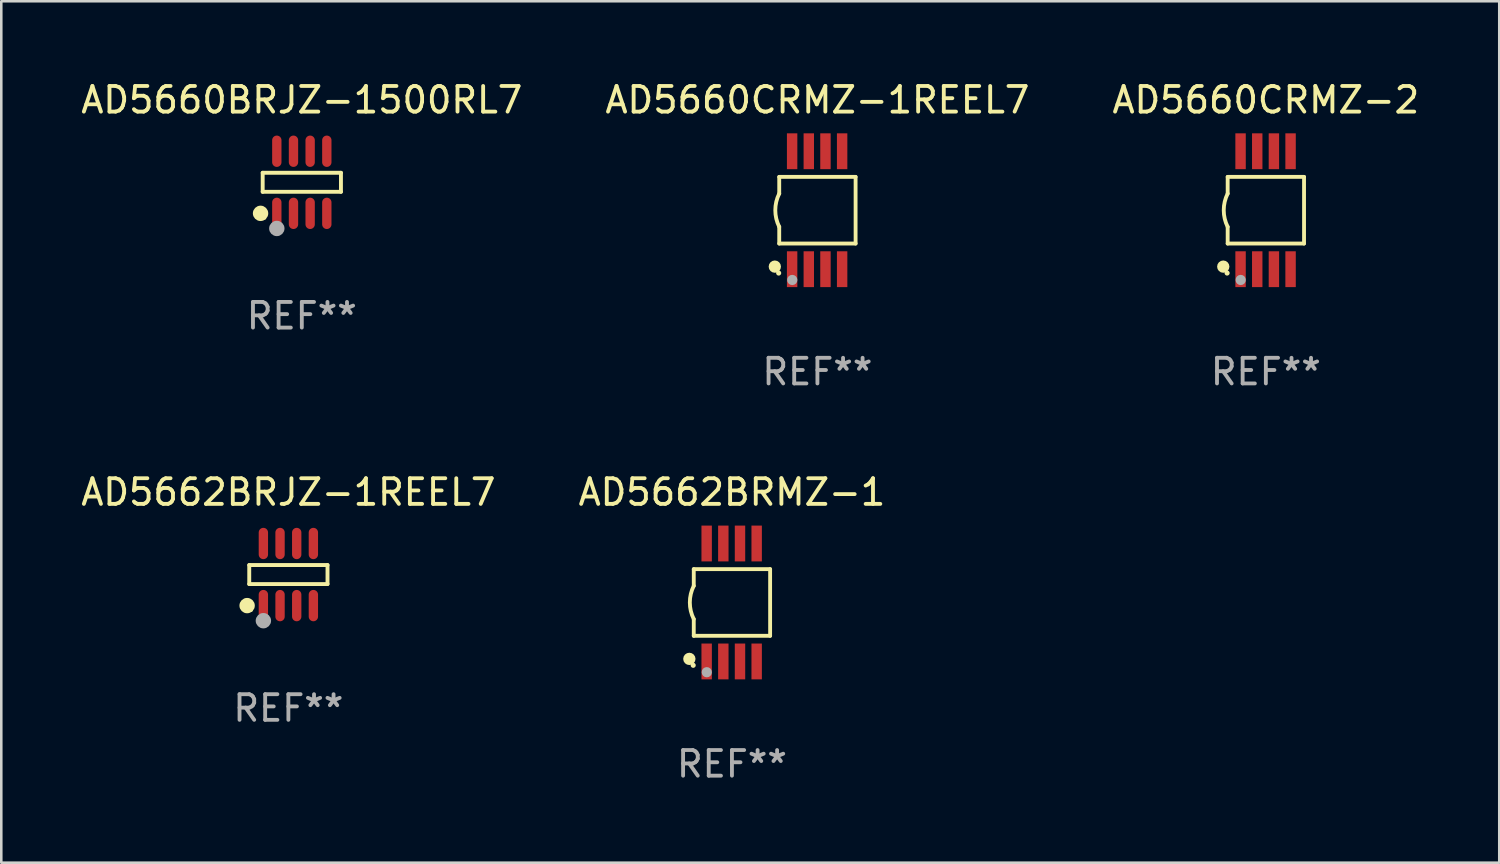
<source format=kicad_pcb>
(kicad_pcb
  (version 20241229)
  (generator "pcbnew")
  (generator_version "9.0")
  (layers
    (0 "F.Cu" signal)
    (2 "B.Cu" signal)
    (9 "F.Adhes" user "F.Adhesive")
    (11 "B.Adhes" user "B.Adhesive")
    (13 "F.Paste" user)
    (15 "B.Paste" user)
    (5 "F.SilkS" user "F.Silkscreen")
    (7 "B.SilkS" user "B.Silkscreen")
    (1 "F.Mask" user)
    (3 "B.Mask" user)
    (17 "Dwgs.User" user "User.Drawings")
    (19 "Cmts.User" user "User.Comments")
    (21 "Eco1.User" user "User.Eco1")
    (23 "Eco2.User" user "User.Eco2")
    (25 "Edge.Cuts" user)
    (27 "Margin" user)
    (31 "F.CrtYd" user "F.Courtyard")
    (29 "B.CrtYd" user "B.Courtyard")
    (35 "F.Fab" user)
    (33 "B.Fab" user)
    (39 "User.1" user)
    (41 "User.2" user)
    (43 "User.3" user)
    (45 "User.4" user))
  (footprint "AD5660CRMZ-2"
    (layer "F.Cu")
    (at 46.315 5.148)
    (property "Reference" "AD5660CRMZ-2" (at 0 -4.3 0) (layer "F.SilkS") (effects (font (size 1 1) (thickness 0.15))))
    (attr through_hole)
    (fp_line (start -1.489 -1.3) (end -1.489 -0.648) (stroke (width 0.15) (type solid)) (layer "F.SilkS"))
    (fp_line (start -1.489 0.648) (end -1.489 1.3) (stroke (width 0.15) (type solid)) (layer "F.SilkS"))
    (fp_line (start -1.489 1.3) (end 1.489 1.3) (stroke (width 0.15) (type solid)) (layer "F.SilkS"))
    (fp_line (start 1.489 -1.3) (end -1.489 -1.3) (stroke (width 0.15) (type solid)) (layer "F.SilkS"))
    (fp_line (start 1.489 1.3) (end 1.489 -1.3) (stroke (width 0.15) (type solid)) (layer "F.SilkS"))
    (fp_arc (start -1.489205 0.647702) (mid -1.642107 0) (end -1.489205 -0.647701) (stroke (width 0.150013) (type solid)) (layer "F.SilkS"))
    (fp_circle (center -1.661 2.2) (end -1.541 2.2) (stroke (width 0.24) (type solid)) (fill no) (layer "F.SilkS"))
    (fp_circle (center -1.511 2.45) (end -1.461 2.45) (stroke (width 0.1) (type solid)) (fill no) (layer "F.SilkS"))
    (fp_circle (center -0.981 2.72) (end -0.881 2.72) (stroke (width 0.2) (type solid)) (fill no) (layer "F.Fab"))
    (fp_text user "REF**" (at 0 6.3 0) (layer "F.Fab") (effects (font (size 1 1) (thickness 0.15))))
    (pad "1" smd rect (at -0.986 2.3) (size 0.406 1.397) (layers "F.Cu" "F.Mask" "F.Paste"))
    (pad "2" smd rect (at -0.336 2.3) (size 0.406 1.397) (layers "F.Cu" "F.Mask" "F.Paste"))
    (pad "3" smd rect (at 0.314 2.3) (size 0.406 1.397) (layers "F.Cu" "F.Mask" "F.Paste"))
    (pad "4" smd rect (at 0.964 2.3) (size 0.406 1.397) (layers "F.Cu" "F.Mask" "F.Paste"))
    (pad "5" smd rect (at 0.964 -2.3) (size 0.406 1.397) (layers "F.Cu" "F.Mask" "F.Paste"))
    (pad "6" smd rect (at 0.314 -2.3) (size 0.406 1.397) (layers "F.Cu" "F.Mask" "F.Paste"))
    (pad "7" smd rect (at -0.336 -2.3) (size 0.406 1.397) (layers "F.Cu" "F.Mask" "F.Paste"))
    (pad "8" smd rect (at -0.986 -2.3) (size 0.406 1.397) (layers "F.Cu" "F.Mask" "F.Paste")))
  (footprint "AD5660BRJZ-1500RL7"
    (layer "F.Cu")
    (at 8.72 4.059)
    (property "Reference" "AD5660BRJZ-1500RL7" (at 0 -3.211 0) (layer "F.SilkS") (effects (font (size 1 1) (thickness 0.15))))
    (attr through_hole)
    (fp_line (start -1.526 -0.371) (end 1.526 -0.371) (stroke (width 0.152) (type solid)) (layer "F.SilkS"))
    (fp_line (start -1.526 0.371) (end -1.526 -0.371) (stroke (width 0.152) (type solid)) (layer "F.SilkS"))
    (fp_line (start 1.526 -0.371) (end 1.526 0.371) (stroke (width 0.152) (type solid)) (layer "F.SilkS"))
    (fp_line (start 1.526 0.371) (end -1.526 0.371) (stroke (width 0.152) (type solid)) (layer "F.SilkS"))
    (fp_circle (center -1.609 1.211) (end -1.459 1.211) (stroke (width 0.3) (type solid)) (fill no) (layer "F.SilkS"))
    (fp_circle (center -1.45 1.4) (end -1.42 1.4) (stroke (width 0.06) (type solid)) (fill no) (layer "F.SilkS"))
    (fp_circle (center -0.975 1.8) (end -0.825 1.8) (stroke (width 0.3) (type solid)) (fill no) (layer "F.Fab"))
    (fp_text user "REF**" (at 0 5.211 0) (layer "F.Fab") (effects (font (size 1 1) (thickness 0.15))))
    (pad "1" smd oval (at -0.975 1.211) (size 0.364 1.222) (layers "F.Cu" "F.Mask" "F.Paste"))
    (pad "2" smd oval (at -0.325 1.211) (size 0.364 1.222) (layers "F.Cu" "F.Mask" "F.Paste"))
    (pad "3" smd oval (at 0.325 1.211) (size 0.364 1.222) (layers "F.Cu" "F.Mask" "F.Paste"))
    (pad "4" smd oval (at 0.975 1.211) (size 0.364 1.222) (layers "F.Cu" "F.Mask" "F.Paste"))
    (pad "5" smd oval (at 0.975 -1.211) (size 0.364 1.222) (layers "F.Cu" "F.Mask" "F.Paste"))
    (pad "6" smd oval (at 0.325 -1.211) (size 0.364 1.222) (layers "F.Cu" "F.Mask" "F.Paste"))
    (pad "7" smd oval (at -0.325 -1.211) (size 0.364 1.222) (layers "F.Cu" "F.Mask" "F.Paste"))
    (pad "8" smd oval (at -0.975 -1.211) (size 0.364 1.222) (layers "F.Cu" "F.Mask" "F.Paste")))
  (footprint "AD5660CRMZ-1REEL7"
    (layer "F.Cu")
    (at 28.827 5.148)
    (property "Reference" "AD5660CRMZ-1REEL7" (at 0 -4.3 0) (layer "F.SilkS") (effects (font (size 1 1) (thickness 0.15))))
    (attr through_hole)
    (fp_line (start -1.489 -1.3) (end -1.489 -0.648) (stroke (width 0.15) (type solid)) (layer "F.SilkS"))
    (fp_line (start -1.489 0.648) (end -1.489 1.3) (stroke (width 0.15) (type solid)) (layer "F.SilkS"))
    (fp_line (start -1.489 1.3) (end 1.489 1.3) (stroke (width 0.15) (type solid)) (layer "F.SilkS"))
    (fp_line (start 1.489 -1.3) (end -1.489 -1.3) (stroke (width 0.15) (type solid)) (layer "F.SilkS"))
    (fp_line (start 1.489 1.3) (end 1.489 -1.3) (stroke (width 0.15) (type solid)) (layer "F.SilkS"))
    (fp_arc (start -1.489205 0.647702) (mid -1.642107 0) (end -1.489205 -0.647701) (stroke (width 0.150013) (type solid)) (layer "F.SilkS"))
    (fp_circle (center -1.661 2.2) (end -1.541 2.2) (stroke (width 0.24) (type solid)) (fill no) (layer "F.SilkS"))
    (fp_circle (center -1.511 2.45) (end -1.461 2.45) (stroke (width 0.1) (type solid)) (fill no) (layer "F.SilkS"))
    (fp_circle (center -0.981 2.72) (end -0.881 2.72) (stroke (width 0.2) (type solid)) (fill no) (layer "F.Fab"))
    (fp_text user "REF**" (at 0 6.3 0) (layer "F.Fab") (effects (font (size 1 1) (thickness 0.15))))
    (pad "1" smd rect (at -0.986 2.3) (size 0.406 1.397) (layers "F.Cu" "F.Mask" "F.Paste"))
    (pad "2" smd rect (at -0.336 2.3) (size 0.406 1.397) (layers "F.Cu" "F.Mask" "F.Paste"))
    (pad "3" smd rect (at 0.314 2.3) (size 0.406 1.397) (layers "F.Cu" "F.Mask" "F.Paste"))
    (pad "4" smd rect (at 0.964 2.3) (size 0.406 1.397) (layers "F.Cu" "F.Mask" "F.Paste"))
    (pad "5" smd rect (at 0.964 -2.3) (size 0.406 1.397) (layers "F.Cu" "F.Mask" "F.Paste"))
    (pad "6" smd rect (at 0.314 -2.3) (size 0.406 1.397) (layers "F.Cu" "F.Mask" "F.Paste"))
    (pad "7" smd rect (at -0.336 -2.3) (size 0.406 1.397) (layers "F.Cu" "F.Mask" "F.Paste"))
    (pad "8" smd rect (at -0.986 -2.3) (size 0.406 1.397) (layers "F.Cu" "F.Mask" "F.Paste")))
  (footprint "AD5662BRMZ-1"
    (layer "F.Cu")
    (at 25.494 20.445)
    (property "Reference" "AD5662BRMZ-1" (at 0 -4.3 0) (layer "F.SilkS") (effects (font (size 1 1) (thickness 0.15))))
    (attr through_hole)
    (fp_line (start -1.489 -1.3) (end -1.489 -0.648) (stroke (width 0.15) (type solid)) (layer "F.SilkS"))
    (fp_line (start -1.489 0.648) (end -1.489 1.3) (stroke (width 0.15) (type solid)) (layer "F.SilkS"))
    (fp_line (start -1.489 1.3) (end 1.489 1.3) (stroke (width 0.15) (type solid)) (layer "F.SilkS"))
    (fp_line (start 1.489 -1.3) (end -1.489 -1.3) (stroke (width 0.15) (type solid)) (layer "F.SilkS"))
    (fp_line (start 1.489 1.3) (end 1.489 -1.3) (stroke (width 0.15) (type solid)) (layer "F.SilkS"))
    (fp_arc (start -1.489205 0.647702) (mid -1.642107 0) (end -1.489205 -0.647701) (stroke (width 0.150013) (type solid)) (layer "F.SilkS"))
    (fp_circle (center -1.661 2.2) (end -1.541 2.2) (stroke (width 0.24) (type solid)) (fill no) (layer "F.SilkS"))
    (fp_circle (center -1.511 2.45) (end -1.461 2.45) (stroke (width 0.1) (type solid)) (fill no) (layer "F.SilkS"))
    (fp_circle (center -0.981 2.72) (end -0.881 2.72) (stroke (width 0.2) (type solid)) (fill no) (layer "F.Fab"))
    (fp_text user "REF**" (at 0 6.3 0) (layer "F.Fab") (effects (font (size 1 1) (thickness 0.15))))
    (pad "1" smd rect (at -0.986 2.3) (size 0.406 1.397) (layers "F.Cu" "F.Mask" "F.Paste"))
    (pad "2" smd rect (at -0.336 2.3) (size 0.406 1.397) (layers "F.Cu" "F.Mask" "F.Paste"))
    (pad "3" smd rect (at 0.314 2.3) (size 0.406 1.397) (layers "F.Cu" "F.Mask" "F.Paste"))
    (pad "4" smd rect (at 0.964 2.3) (size 0.406 1.397) (layers "F.Cu" "F.Mask" "F.Paste"))
    (pad "5" smd rect (at 0.964 -2.3) (size 0.406 1.397) (layers "F.Cu" "F.Mask" "F.Paste"))
    (pad "6" smd rect (at 0.314 -2.3) (size 0.406 1.397) (layers "F.Cu" "F.Mask" "F.Paste"))
    (pad "7" smd rect (at -0.336 -2.3) (size 0.406 1.397) (layers "F.Cu" "F.Mask" "F.Paste"))
    (pad "8" smd rect (at -0.986 -2.3) (size 0.406 1.397) (layers "F.Cu" "F.Mask" "F.Paste")))
  (footprint "AD5662BRJZ-1REEL7"
    (layer "F.Cu")
    (at 8.196 19.356)
    (property "Reference" "AD5662BRJZ-1REEL7" (at 0 -3.211 0) (layer "F.SilkS") (effects (font (size 1 1) (thickness 0.15))))
    (attr through_hole)
    (fp_line (start -1.526 -0.371) (end 1.526 -0.371) (stroke (width 0.152) (type solid)) (layer "F.SilkS"))
    (fp_line (start -1.526 0.371) (end -1.526 -0.371) (stroke (width 0.152) (type solid)) (layer "F.SilkS"))
    (fp_line (start 1.526 -0.371) (end 1.526 0.371) (stroke (width 0.152) (type solid)) (layer "F.SilkS"))
    (fp_line (start 1.526 0.371) (end -1.526 0.371) (stroke (width 0.152) (type solid)) (layer "F.SilkS"))
    (fp_circle (center -1.609 1.211) (end -1.459 1.211) (stroke (width 0.3) (type solid)) (fill no) (layer "F.SilkS"))
    (fp_circle (center -1.45 1.4) (end -1.42 1.4) (stroke (width 0.06) (type solid)) (fill no) (layer "F.SilkS"))
    (fp_circle (center -0.975 1.8) (end -0.825 1.8) (stroke (width 0.3) (type solid)) (fill no) (layer "F.Fab"))
    (fp_text user "REF**" (at 0 5.211 0) (layer "F.Fab") (effects (font (size 1 1) (thickness 0.15))))
    (pad "1" smd oval (at -0.975 1.211) (size 0.364 1.222) (layers "F.Cu" "F.Mask" "F.Paste"))
    (pad "2" smd oval (at -0.325 1.211) (size 0.364 1.222) (layers "F.Cu" "F.Mask" "F.Paste"))
    (pad "3" smd oval (at 0.325 1.211) (size 0.364 1.222) (layers "F.Cu" "F.Mask" "F.Paste"))
    (pad "4" smd oval (at 0.975 1.211) (size 0.364 1.222) (layers "F.Cu" "F.Mask" "F.Paste"))
    (pad "5" smd oval (at 0.975 -1.211) (size 0.364 1.222) (layers "F.Cu" "F.Mask" "F.Paste"))
    (pad "6" smd oval (at 0.325 -1.211) (size 0.364 1.222) (layers "F.Cu" "F.Mask" "F.Paste"))
    (pad "7" smd oval (at -0.325 -1.211) (size 0.364 1.222) (layers "F.Cu" "F.Mask" "F.Paste"))
    (pad "8" smd oval (at -0.975 -1.211) (size 0.364 1.222) (layers "F.Cu" "F.Mask" "F.Paste")))
  (gr_rect
    (start -3 -3)
    (end 55.417 30.593)
    (stroke (width 0.1) (type default))
    (fill no)
    (layer "Edge.Cuts")))
</source>
